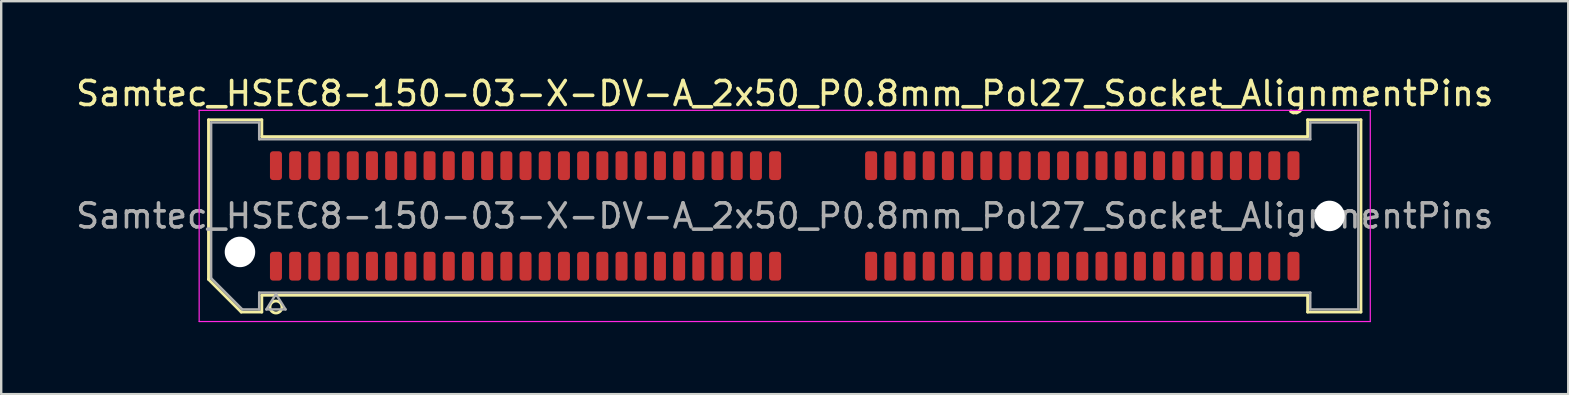
<source format=kicad_pcb>
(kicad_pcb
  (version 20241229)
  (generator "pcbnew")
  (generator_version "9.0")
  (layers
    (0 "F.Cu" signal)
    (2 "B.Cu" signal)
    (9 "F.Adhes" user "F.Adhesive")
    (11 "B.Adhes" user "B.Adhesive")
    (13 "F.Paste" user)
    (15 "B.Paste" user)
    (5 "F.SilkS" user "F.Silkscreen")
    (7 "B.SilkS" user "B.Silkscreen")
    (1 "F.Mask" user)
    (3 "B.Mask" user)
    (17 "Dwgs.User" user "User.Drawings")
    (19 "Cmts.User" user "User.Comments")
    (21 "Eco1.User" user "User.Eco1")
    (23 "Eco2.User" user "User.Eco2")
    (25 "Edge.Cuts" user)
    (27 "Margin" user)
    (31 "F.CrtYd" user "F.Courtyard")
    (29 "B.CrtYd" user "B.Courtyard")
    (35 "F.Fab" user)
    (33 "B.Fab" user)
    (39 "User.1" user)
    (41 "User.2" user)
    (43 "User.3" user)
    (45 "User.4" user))
  (footprint "Samtec_HSEC8-150-03-X-DV-A_2x50_P0.8mm_Pol27_Socket_AlignmentPins"
    (layer "F.Cu")
    (at 29.649 5.948)
    (property "Reference" "Samtec_HSEC8-150-03-X-DV-A_2x50_P0.8mm_Pol27_Socket_AlignmentPins" (at 0 -5.1 0) (layer "F.SilkS") (effects (font (size 1 1) (thickness 0.15))))
    (attr smd)
    (fp_line (start -24.01 -4.005) (end -21.79 -4.005) (stroke (width 0.12) (type solid)) (layer "F.SilkS"))
    (fp_line (start -24.01 2.641) (end -24.01 -4.005) (stroke (width 0.12) (type solid)) (layer "F.SilkS"))
    (fp_line (start -22.646 4.005) (end -24.01 2.641) (stroke (width 0.12) (type solid)) (layer "F.SilkS"))
    (fp_line (start -21.79 -4.005) (end -21.79 -3.305) (stroke (width 0.12) (type solid)) (layer "F.SilkS"))
    (fp_line (start -21.79 -3.305) (end 21.79 -3.305) (stroke (width 0.12) (type solid)) (layer "F.SilkS"))
    (fp_line (start -21.79 3.305) (end -21.79 4.005) (stroke (width 0.12) (type solid)) (layer "F.SilkS"))
    (fp_line (start -21.79 4.005) (end -22.646 4.005) (stroke (width 0.12) (type solid)) (layer "F.SilkS"))
    (fp_line (start 21.79 -4.005) (end 24.01 -4.005) (stroke (width 0.12) (type solid)) (layer "F.SilkS"))
    (fp_line (start 21.79 -3.305) (end 21.79 -4.005) (stroke (width 0.12) (type solid)) (layer "F.SilkS"))
    (fp_line (start 21.79 3.305) (end -21.79 3.305) (stroke (width 0.12) (type solid)) (layer "F.SilkS"))
    (fp_line (start 21.79 4.005) (end 21.79 3.305) (stroke (width 0.12) (type solid)) (layer "F.SilkS"))
    (fp_line (start 24.01 -4.005) (end 24.01 4.005) (stroke (width 0.12) (type solid)) (layer "F.SilkS"))
    (fp_line (start 24.01 4.005) (end 21.79 4.005) (stroke (width 0.12) (type solid)) (layer "F.SilkS"))
    (fp_arc (start -20.95 3.795) (mid -21.45 3.795) (end -20.95 3.795) (stroke (width 0.12) (type solid)) (layer "F.SilkS"))
    (fp_line (start -24.4 -4.4) (end -24.4 4.4) (stroke (width 0.05) (type solid)) (layer "F.CrtYd"))
    (fp_line (start -24.4 4.4) (end 24.4 4.4) (stroke (width 0.05) (type solid)) (layer "F.CrtYd"))
    (fp_line (start 24.4 -4.4) (end -24.4 -4.4) (stroke (width 0.05) (type solid)) (layer "F.CrtYd"))
    (fp_line (start 24.4 4.4) (end 24.4 -4.4) (stroke (width 0.05) (type solid)) (layer "F.CrtYd"))
    (fp_line (start -23.9 -3.895) (end -21.9 -3.895) (stroke (width 0.1) (type solid)) (layer "F.Fab"))
    (fp_line (start -23.9 2.595) (end -23.9 -3.895) (stroke (width 0.1) (type solid)) (layer "F.Fab"))
    (fp_line (start -22.6 3.895) (end -23.9 2.595) (stroke (width 0.1) (type solid)) (layer "F.Fab"))
    (fp_line (start -21.9 -3.895) (end -21.9 -3.195) (stroke (width 0.1) (type solid)) (layer "F.Fab"))
    (fp_line (start -21.9 -3.195) (end 21.9 -3.195) (stroke (width 0.1) (type solid)) (layer "F.Fab"))
    (fp_line (start -21.9 3.195) (end -21.9 3.895) (stroke (width 0.1) (type solid)) (layer "F.Fab"))
    (fp_line (start -21.9 3.895) (end -22.6 3.895) (stroke (width 0.1) (type solid)) (layer "F.Fab"))
    (fp_line (start -21.6 3.895) (end -21.2 3.255) (stroke (width 0.1) (type solid)) (layer "F.Fab"))
    (fp_line (start -21.2 3.255) (end -20.8 3.895) (stroke (width 0.1) (type solid)) (layer "F.Fab"))
    (fp_line (start -20.8 3.895) (end -21.6 3.895) (stroke (width 0.1) (type solid)) (layer "F.Fab"))
    (fp_line (start 21.9 -3.895) (end 23.9 -3.895) (stroke (width 0.1) (type solid)) (layer "F.Fab"))
    (fp_line (start 21.9 -3.195) (end 21.9 -3.895) (stroke (width 0.1) (type solid)) (layer "F.Fab"))
    (fp_line (start 21.9 3.195) (end -21.9 3.195) (stroke (width 0.1) (type solid)) (layer "F.Fab"))
    (fp_line (start 21.9 3.895) (end 21.9 3.195) (stroke (width 0.1) (type solid)) (layer "F.Fab"))
    (fp_line (start 23.9 -3.895) (end 23.9 3.895) (stroke (width 0.1) (type solid)) (layer "F.Fab"))
    (fp_line (start 23.9 3.895) (end 21.9 3.895) (stroke (width 0.1) (type solid)) (layer "F.Fab"))
    (fp_text user "${REFERENCE}" (at 0 0 0) (layer "F.Fab") (effects (font (size 1 1) (thickness 0.15))))
    (pad "" np_thru_hole circle (at -22.7 1.5) (size 1.27 1.27) (drill 1.27) (layers "*.Cu" "*.Mask"))
    (pad "" np_thru_hole circle (at 22.7 0) (size 1.27 1.27) (drill 1.27) (layers "*.Cu" "*.Mask"))
    (pad "1" smd roundrect (at -21.2 2.095) (size 0.5 1.2) (layers "F.Cu" "F.Mask" "F.Paste") (roundrect_rratio 0.25))
    (pad "2" smd roundrect (at -21.2 -2.095) (size 0.5 1.2) (layers "F.Cu" "F.Mask" "F.Paste") (roundrect_rratio 0.25))
    (pad "3" smd roundrect (at -20.4 2.095) (size 0.5 1.2) (layers "F.Cu" "F.Mask" "F.Paste") (roundrect_rratio 0.25))
    (pad "4" smd roundrect (at -20.4 -2.095) (size 0.5 1.2) (layers "F.Cu" "F.Mask" "F.Paste") (roundrect_rratio 0.25))
    (pad "5" smd roundrect (at -19.6 2.095) (size 0.5 1.2) (layers "F.Cu" "F.Mask" "F.Paste") (roundrect_rratio 0.25))
    (pad "6" smd roundrect (at -19.6 -2.095) (size 0.5 1.2) (layers "F.Cu" "F.Mask" "F.Paste") (roundrect_rratio 0.25))
    (pad "7" smd roundrect (at -18.8 2.095) (size 0.5 1.2) (layers "F.Cu" "F.Mask" "F.Paste") (roundrect_rratio 0.25))
    (pad "8" smd roundrect (at -18.8 -2.095) (size 0.5 1.2) (layers "F.Cu" "F.Mask" "F.Paste") (roundrect_rratio 0.25))
    (pad "9" smd roundrect (at -18 2.095) (size 0.5 1.2) (layers "F.Cu" "F.Mask" "F.Paste") (roundrect_rratio 0.25))
    (pad "10" smd roundrect (at -18 -2.095) (size 0.5 1.2) (layers "F.Cu" "F.Mask" "F.Paste") (roundrect_rratio 0.25))
    (pad "11" smd roundrect (at -17.2 2.095) (size 0.5 1.2) (layers "F.Cu" "F.Mask" "F.Paste") (roundrect_rratio 0.25))
    (pad "12" smd roundrect (at -17.2 -2.095) (size 0.5 1.2) (layers "F.Cu" "F.Mask" "F.Paste") (roundrect_rratio 0.25))
    (pad "13" smd roundrect (at -16.4 2.095) (size 0.5 1.2) (layers "F.Cu" "F.Mask" "F.Paste") (roundrect_rratio 0.25))
    (pad "14" smd roundrect (at -16.4 -2.095) (size 0.5 1.2) (layers "F.Cu" "F.Mask" "F.Paste") (roundrect_rratio 0.25))
    (pad "15" smd roundrect (at -15.6 2.095) (size 0.5 1.2) (layers "F.Cu" "F.Mask" "F.Paste") (roundrect_rratio 0.25))
    (pad "16" smd roundrect (at -15.6 -2.095) (size 0.5 1.2) (layers "F.Cu" "F.Mask" "F.Paste") (roundrect_rratio 0.25))
    (pad "17" smd roundrect (at -14.8 2.095) (size 0.5 1.2) (layers "F.Cu" "F.Mask" "F.Paste") (roundrect_rratio 0.25))
    (pad "18" smd roundrect (at -14.8 -2.095) (size 0.5 1.2) (layers "F.Cu" "F.Mask" "F.Paste") (roundrect_rratio 0.25))
    (pad "19" smd roundrect (at -14 2.095) (size 0.5 1.2) (layers "F.Cu" "F.Mask" "F.Paste") (roundrect_rratio 0.25))
    (pad "20" smd roundrect (at -14 -2.095) (size 0.5 1.2) (layers "F.Cu" "F.Mask" "F.Paste") (roundrect_rratio 0.25))
    (pad "21" smd roundrect (at -13.2 2.095) (size 0.5 1.2) (layers "F.Cu" "F.Mask" "F.Paste") (roundrect_rratio 0.25))
    (pad "22" smd roundrect (at -13.2 -2.095) (size 0.5 1.2) (layers "F.Cu" "F.Mask" "F.Paste") (roundrect_rratio 0.25))
    (pad "23" smd roundrect (at -12.4 2.095) (size 0.5 1.2) (layers "F.Cu" "F.Mask" "F.Paste") (roundrect_rratio 0.25))
    (pad "24" smd roundrect (at -12.4 -2.095) (size 0.5 1.2) (layers "F.Cu" "F.Mask" "F.Paste") (roundrect_rratio 0.25))
    (pad "25" smd roundrect (at -11.6 2.095) (size 0.5 1.2) (layers "F.Cu" "F.Mask" "F.Paste") (roundrect_rratio 0.25))
    (pad "26" smd roundrect (at -11.6 -2.095) (size 0.5 1.2) (layers "F.Cu" "F.Mask" "F.Paste") (roundrect_rratio 0.25))
    (pad "27" smd roundrect (at -10.8 2.095) (size 0.5 1.2) (layers "F.Cu" "F.Mask" "F.Paste") (roundrect_rratio 0.25))
    (pad "28" smd roundrect (at -10.8 -2.095) (size 0.5 1.2) (layers "F.Cu" "F.Mask" "F.Paste") (roundrect_rratio 0.25))
    (pad "29" smd roundrect (at -10 2.095) (size 0.5 1.2) (layers "F.Cu" "F.Mask" "F.Paste") (roundrect_rratio 0.25))
    (pad "30" smd roundrect (at -10 -2.095) (size 0.5 1.2) (layers "F.Cu" "F.Mask" "F.Paste") (roundrect_rratio 0.25))
    (pad "31" smd roundrect (at -9.2 2.095) (size 0.5 1.2) (layers "F.Cu" "F.Mask" "F.Paste") (roundrect_rratio 0.25))
    (pad "32" smd roundrect (at -9.2 -2.095) (size 0.5 1.2) (layers "F.Cu" "F.Mask" "F.Paste") (roundrect_rratio 0.25))
    (pad "33" smd roundrect (at -8.4 2.095) (size 0.5 1.2) (layers "F.Cu" "F.Mask" "F.Paste") (roundrect_rratio 0.25))
    (pad "34" smd roundrect (at -8.4 -2.095) (size 0.5 1.2) (layers "F.Cu" "F.Mask" "F.Paste") (roundrect_rratio 0.25))
    (pad "35" smd roundrect (at -7.6 2.095) (size 0.5 1.2) (layers "F.Cu" "F.Mask" "F.Paste") (roundrect_rratio 0.25))
    (pad "36" smd roundrect (at -7.6 -2.095) (size 0.5 1.2) (layers "F.Cu" "F.Mask" "F.Paste") (roundrect_rratio 0.25))
    (pad "37" smd roundrect (at -6.8 2.095) (size 0.5 1.2) (layers "F.Cu" "F.Mask" "F.Paste") (roundrect_rratio 0.25))
    (pad "38" smd roundrect (at -6.8 -2.095) (size 0.5 1.2) (layers "F.Cu" "F.Mask" "F.Paste") (roundrect_rratio 0.25))
    (pad "39" smd roundrect (at -6 2.095) (size 0.5 1.2) (layers "F.Cu" "F.Mask" "F.Paste") (roundrect_rratio 0.25))
    (pad "40" smd roundrect (at -6 -2.095) (size 0.5 1.2) (layers "F.Cu" "F.Mask" "F.Paste") (roundrect_rratio 0.25))
    (pad "41" smd roundrect (at -5.2 2.095) (size 0.5 1.2) (layers "F.Cu" "F.Mask" "F.Paste") (roundrect_rratio 0.25))
    (pad "42" smd roundrect (at -5.2 -2.095) (size 0.5 1.2) (layers "F.Cu" "F.Mask" "F.Paste") (roundrect_rratio 0.25))
    (pad "43" smd roundrect (at -4.4 2.095) (size 0.5 1.2) (layers "F.Cu" "F.Mask" "F.Paste") (roundrect_rratio 0.25))
    (pad "44" smd roundrect (at -4.4 -2.095) (size 0.5 1.2) (layers "F.Cu" "F.Mask" "F.Paste") (roundrect_rratio 0.25))
    (pad "45" smd roundrect (at -3.6 2.095) (size 0.5 1.2) (layers "F.Cu" "F.Mask" "F.Paste") (roundrect_rratio 0.25))
    (pad "46" smd roundrect (at -3.6 -2.095) (size 0.5 1.2) (layers "F.Cu" "F.Mask" "F.Paste") (roundrect_rratio 0.25))
    (pad "47" smd roundrect (at -2.8 2.095) (size 0.5 1.2) (layers "F.Cu" "F.Mask" "F.Paste") (roundrect_rratio 0.25))
    (pad "48" smd roundrect (at -2.8 -2.095) (size 0.5 1.2) (layers "F.Cu" "F.Mask" "F.Paste") (roundrect_rratio 0.25))
    (pad "49" smd roundrect (at -2 2.095) (size 0.5 1.2) (layers "F.Cu" "F.Mask" "F.Paste") (roundrect_rratio 0.25))
    (pad "50" smd roundrect (at -2 -2.095) (size 0.5 1.2) (layers "F.Cu" "F.Mask" "F.Paste") (roundrect_rratio 0.25))
    (pad "51" smd roundrect (at -1.2 2.095) (size 0.5 1.2) (layers "F.Cu" "F.Mask" "F.Paste") (roundrect_rratio 0.25))
    (pad "52" smd roundrect (at -1.2 -2.095) (size 0.5 1.2) (layers "F.Cu" "F.Mask" "F.Paste") (roundrect_rratio 0.25))
    (pad "53" smd roundrect (at -0.4 2.095) (size 0.5 1.2) (layers "F.Cu" "F.Mask" "F.Paste") (roundrect_rratio 0.25))
    (pad "54" smd roundrect (at -0.4 -2.095) (size 0.5 1.2) (layers "F.Cu" "F.Mask" "F.Paste") (roundrect_rratio 0.25))
    (pad "55" smd roundrect (at 3.6 2.095) (size 0.5 1.2) (layers "F.Cu" "F.Mask" "F.Paste") (roundrect_rratio 0.25))
    (pad "56" smd roundrect (at 3.6 -2.095) (size 0.5 1.2) (layers "F.Cu" "F.Mask" "F.Paste") (roundrect_rratio 0.25))
    (pad "57" smd roundrect (at 4.4 2.095) (size 0.5 1.2) (layers "F.Cu" "F.Mask" "F.Paste") (roundrect_rratio 0.25))
    (pad "58" smd roundrect (at 4.4 -2.095) (size 0.5 1.2) (layers "F.Cu" "F.Mask" "F.Paste") (roundrect_rratio 0.25))
    (pad "59" smd roundrect (at 5.2 2.095) (size 0.5 1.2) (layers "F.Cu" "F.Mask" "F.Paste") (roundrect_rratio 0.25))
    (pad "60" smd roundrect (at 5.2 -2.095) (size 0.5 1.2) (layers "F.Cu" "F.Mask" "F.Paste") (roundrect_rratio 0.25))
    (pad "61" smd roundrect (at 6 2.095) (size 0.5 1.2) (layers "F.Cu" "F.Mask" "F.Paste") (roundrect_rratio 0.25))
    (pad "62" smd roundrect (at 6 -2.095) (size 0.5 1.2) (layers "F.Cu" "F.Mask" "F.Paste") (roundrect_rratio 0.25))
    (pad "63" smd roundrect (at 6.8 2.095) (size 0.5 1.2) (layers "F.Cu" "F.Mask" "F.Paste") (roundrect_rratio 0.25))
    (pad "64" smd roundrect (at 6.8 -2.095) (size 0.5 1.2) (layers "F.Cu" "F.Mask" "F.Paste") (roundrect_rratio 0.25))
    (pad "65" smd roundrect (at 7.6 2.095) (size 0.5 1.2) (layers "F.Cu" "F.Mask" "F.Paste") (roundrect_rratio 0.25))
    (pad "66" smd roundrect (at 7.6 -2.095) (size 0.5 1.2) (layers "F.Cu" "F.Mask" "F.Paste") (roundrect_rratio 0.25))
    (pad "67" smd roundrect (at 8.4 2.095) (size 0.5 1.2) (layers "F.Cu" "F.Mask" "F.Paste") (roundrect_rratio 0.25))
    (pad "68" smd roundrect (at 8.4 -2.095) (size 0.5 1.2) (layers "F.Cu" "F.Mask" "F.Paste") (roundrect_rratio 0.25))
    (pad "69" smd roundrect (at 9.2 2.095) (size 0.5 1.2) (layers "F.Cu" "F.Mask" "F.Paste") (roundrect_rratio 0.25))
    (pad "70" smd roundrect (at 9.2 -2.095) (size 0.5 1.2) (layers "F.Cu" "F.Mask" "F.Paste") (roundrect_rratio 0.25))
    (pad "71" smd roundrect (at 10 2.095) (size 0.5 1.2) (layers "F.Cu" "F.Mask" "F.Paste") (roundrect_rratio 0.25))
    (pad "72" smd roundrect (at 10 -2.095) (size 0.5 1.2) (layers "F.Cu" "F.Mask" "F.Paste") (roundrect_rratio 0.25))
    (pad "73" smd roundrect (at 10.8 2.095) (size 0.5 1.2) (layers "F.Cu" "F.Mask" "F.Paste") (roundrect_rratio 0.25))
    (pad "74" smd roundrect (at 10.8 -2.095) (size 0.5 1.2) (layers "F.Cu" "F.Mask" "F.Paste") (roundrect_rratio 0.25))
    (pad "75" smd roundrect (at 11.6 2.095) (size 0.5 1.2) (layers "F.Cu" "F.Mask" "F.Paste") (roundrect_rratio 0.25))
    (pad "76" smd roundrect (at 11.6 -2.095) (size 0.5 1.2) (layers "F.Cu" "F.Mask" "F.Paste") (roundrect_rratio 0.25))
    (pad "77" smd roundrect (at 12.4 2.095) (size 0.5 1.2) (layers "F.Cu" "F.Mask" "F.Paste") (roundrect_rratio 0.25))
    (pad "78" smd roundrect (at 12.4 -2.095) (size 0.5 1.2) (layers "F.Cu" "F.Mask" "F.Paste") (roundrect_rratio 0.25))
    (pad "79" smd roundrect (at 13.2 2.095) (size 0.5 1.2) (layers "F.Cu" "F.Mask" "F.Paste") (roundrect_rratio 0.25))
    (pad "80" smd roundrect (at 13.2 -2.095) (size 0.5 1.2) (layers "F.Cu" "F.Mask" "F.Paste") (roundrect_rratio 0.25))
    (pad "81" smd roundrect (at 14 2.095) (size 0.5 1.2) (layers "F.Cu" "F.Mask" "F.Paste") (roundrect_rratio 0.25))
    (pad "82" smd roundrect (at 14 -2.095) (size 0.5 1.2) (layers "F.Cu" "F.Mask" "F.Paste") (roundrect_rratio 0.25))
    (pad "83" smd roundrect (at 14.8 2.095) (size 0.5 1.2) (layers "F.Cu" "F.Mask" "F.Paste") (roundrect_rratio 0.25))
    (pad "84" smd roundrect (at 14.8 -2.095) (size 0.5 1.2) (layers "F.Cu" "F.Mask" "F.Paste") (roundrect_rratio 0.25))
    (pad "85" smd roundrect (at 15.6 2.095) (size 0.5 1.2) (layers "F.Cu" "F.Mask" "F.Paste") (roundrect_rratio 0.25))
    (pad "86" smd roundrect (at 15.6 -2.095) (size 0.5 1.2) (layers "F.Cu" "F.Mask" "F.Paste") (roundrect_rratio 0.25))
    (pad "87" smd roundrect (at 16.4 2.095) (size 0.5 1.2) (layers "F.Cu" "F.Mask" "F.Paste") (roundrect_rratio 0.25))
    (pad "88" smd roundrect (at 16.4 -2.095) (size 0.5 1.2) (layers "F.Cu" "F.Mask" "F.Paste") (roundrect_rratio 0.25))
    (pad "89" smd roundrect (at 17.2 2.095) (size 0.5 1.2) (layers "F.Cu" "F.Mask" "F.Paste") (roundrect_rratio 0.25))
    (pad "90" smd roundrect (at 17.2 -2.095) (size 0.5 1.2) (layers "F.Cu" "F.Mask" "F.Paste") (roundrect_rratio 0.25))
    (pad "91" smd roundrect (at 18 2.095) (size 0.5 1.2) (layers "F.Cu" "F.Mask" "F.Paste") (roundrect_rratio 0.25))
    (pad "92" smd roundrect (at 18 -2.095) (size 0.5 1.2) (layers "F.Cu" "F.Mask" "F.Paste") (roundrect_rratio 0.25))
    (pad "93" smd roundrect (at 18.8 2.095) (size 0.5 1.2) (layers "F.Cu" "F.Mask" "F.Paste") (roundrect_rratio 0.25))
    (pad "94" smd roundrect (at 18.8 -2.095) (size 0.5 1.2) (layers "F.Cu" "F.Mask" "F.Paste") (roundrect_rratio 0.25))
    (pad "95" smd roundrect (at 19.6 2.095) (size 0.5 1.2) (layers "F.Cu" "F.Mask" "F.Paste") (roundrect_rratio 0.25))
    (pad "96" smd roundrect (at 19.6 -2.095) (size 0.5 1.2) (layers "F.Cu" "F.Mask" "F.Paste") (roundrect_rratio 0.25))
    (pad "97" smd roundrect (at 20.4 2.095) (size 0.5 1.2) (layers "F.Cu" "F.Mask" "F.Paste") (roundrect_rratio 0.25))
    (pad "98" smd roundrect (at 20.4 -2.095) (size 0.5 1.2) (layers "F.Cu" "F.Mask" "F.Paste") (roundrect_rratio 0.25))
    (pad "99" smd roundrect (at 21.2 2.095) (size 0.5 1.2) (layers "F.Cu" "F.Mask" "F.Paste") (roundrect_rratio 0.25))
    (pad "100" smd roundrect (at 21.2 -2.095) (size 0.5 1.2) (layers "F.Cu" "F.Mask" "F.Paste") (roundrect_rratio 0.25)))
  (gr_rect
    (start -3 -3)
    (end 62.298 13.373)
    (stroke (width 0.1) (type default))
    (fill no)
    (layer "Edge.Cuts")))
</source>
